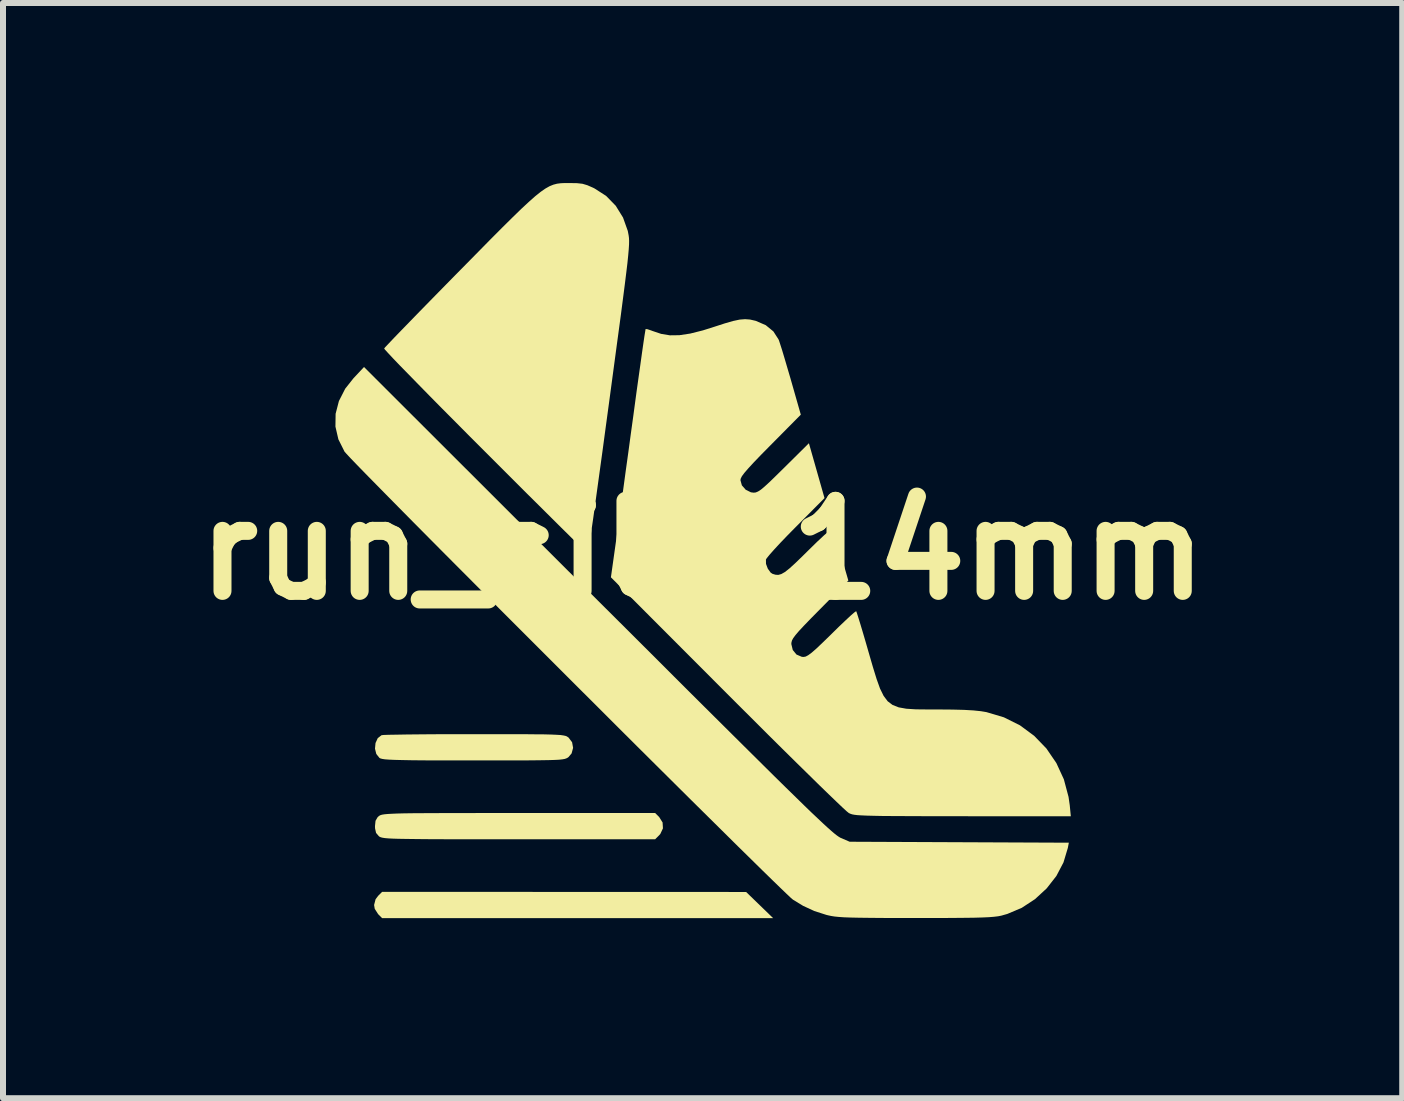
<source format=kicad_pcb>
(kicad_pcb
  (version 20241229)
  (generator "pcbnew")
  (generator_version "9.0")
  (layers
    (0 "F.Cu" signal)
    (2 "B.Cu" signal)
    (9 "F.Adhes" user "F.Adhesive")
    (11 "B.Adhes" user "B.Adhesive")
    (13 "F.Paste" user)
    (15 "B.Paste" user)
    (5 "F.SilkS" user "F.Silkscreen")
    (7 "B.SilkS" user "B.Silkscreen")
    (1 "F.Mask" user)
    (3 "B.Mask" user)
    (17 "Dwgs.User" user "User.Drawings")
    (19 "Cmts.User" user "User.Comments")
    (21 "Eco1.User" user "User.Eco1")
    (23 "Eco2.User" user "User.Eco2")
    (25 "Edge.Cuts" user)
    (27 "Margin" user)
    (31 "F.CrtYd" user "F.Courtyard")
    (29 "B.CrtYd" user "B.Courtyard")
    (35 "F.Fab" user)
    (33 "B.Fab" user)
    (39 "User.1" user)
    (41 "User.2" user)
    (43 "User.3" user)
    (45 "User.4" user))
  (footprint "run_silk_14mm"
    (layer "F.Cu")
    (at 8.657 6.117)
    (property "Reference" "run_silk_14mm" (at 0 0 0) (layer "F.SilkS") (effects (font (size 1.5 1.5) (thickness 0.3))))
    (attr board_only exclude_from_pos_files exclude_from_bom)
    (fp_poly (pts (xy -2.307 5.694) (xy 0.725 5.695) (xy 0.95 5.913) (xy 1.175 6.131) (xy -2.082 6.131) (xy -5.34 6.131) (xy -5.407 6.064) (xy -5.463 5.976) (xy -5.474 5.912) (xy -5.449 5.816) (xy -5.407 5.76) (xy -5.34 5.693)) (stroke (width 0) (type solid)) (fill yes) (layer "F.SilkS"))
    (fp_poly (pts (xy -0.724 4.446) (xy -0.667 4.537) (xy -0.661 4.635) (xy -0.705 4.729) (xy -0.724 4.75) (xy -0.791 4.817) (xy -3.061 4.817) (xy -3.467 4.817) (xy -3.821 4.817) (xy -4.128 4.817) (xy -4.391 4.816) (xy -4.613 4.815) (xy -4.798 4.813) (xy -4.95 4.811) (xy -5.072 4.809) (xy -5.168 4.806) (xy -5.241 4.802) (xy -5.296 4.797) (xy -5.334 4.791) (xy -5.361 4.784) (xy -5.38 4.776) (xy -5.393 4.767) (xy -5.395 4.765) (xy -5.441 4.711) (xy -5.458 4.635) (xy -5.459 4.598) (xy -5.45 4.509) (xy -5.415 4.449) (xy -5.395 4.431) (xy -5.382 4.422) (xy -5.365 4.414) (xy -5.34 4.407) (xy -5.303 4.401) (xy -5.252 4.396) (xy -5.182 4.392) (xy -5.091 4.388) (xy -4.973 4.385) (xy -4.827 4.383) (xy -4.648 4.382) (xy -4.432 4.381) (xy -4.177 4.38) (xy -3.878 4.38) (xy -3.532 4.379) (xy -3.136 4.379) (xy -3.061 4.379) (xy -0.791 4.379)) (stroke (width 0) (type solid)) (fill yes) (layer "F.SilkS"))
    (fp_poly (pts (xy -3.482 3.066) (xy -3.207 3.066) (xy -2.979 3.066) (xy -2.792 3.068) (xy -2.642 3.069) (xy -2.524 3.072) (xy -2.434 3.076) (xy -2.367 3.08) (xy -2.319 3.087) (xy -2.286 3.094) (xy -2.262 3.103) (xy -2.245 3.115) (xy -2.234 3.122) (xy -2.175 3.2) (xy -2.158 3.294) (xy -2.183 3.386) (xy -2.234 3.447) (xy -2.251 3.459) (xy -2.271 3.469) (xy -2.297 3.478) (xy -2.336 3.485) (xy -2.39 3.491) (xy -2.465 3.495) (xy -2.565 3.498) (xy -2.695 3.5) (xy -2.858 3.502) (xy -3.06 3.503) (xy -3.305 3.503) (xy -3.598 3.503) (xy -3.816 3.503) (xy -4.147 3.503) (xy -4.428 3.503) (xy -4.663 3.502) (xy -4.856 3.5) (xy -5.011 3.497) (xy -5.132 3.494) (xy -5.224 3.49) (xy -5.292 3.485) (xy -5.338 3.478) (xy -5.368 3.47) (xy -5.384 3.462) (xy -5.437 3.396) (xy -5.459 3.307) (xy -5.45 3.213) (xy -5.413 3.132) (xy -5.35 3.083) (xy -5.315 3.079) (xy -5.23 3.076) (xy -5.101 3.074) (xy -4.933 3.071) (xy -4.73 3.069) (xy -4.499 3.067) (xy -4.243 3.066) (xy -3.969 3.066) (xy -3.806 3.066)) (stroke (width 0) (type solid)) (fill yes) (layer "F.SilkS"))
    (fp_poly (pts (xy -2.093 -6.115) (xy -2.002 -6.105) (xy -1.921 -6.081) (xy -1.827 -6.04) (xy -1.801 -6.027) (xy -1.608 -5.903) (xy -1.448 -5.739) (xy -1.326 -5.542) (xy -1.247 -5.32) (xy -1.232 -5.242) (xy -1.227 -5.202) (xy -1.225 -5.154) (xy -1.226 -5.092) (xy -1.231 -5.013) (xy -1.24 -4.911) (xy -1.253 -4.783) (xy -1.272 -4.625) (xy -1.296 -4.431) (xy -1.326 -4.198) (xy -1.362 -3.921) (xy -1.406 -3.595) (xy -1.422 -3.478) (xy -1.494 -2.942) (xy -1.559 -2.458) (xy -1.618 -2.024) (xy -1.67 -1.638) (xy -1.717 -1.298) (xy -1.758 -1.001) (xy -1.793 -0.746) (xy -1.823 -0.531) (xy -1.849 -0.353) (xy -1.87 -0.21) (xy -1.887 -0.1) (xy -1.899 -0.021) (xy -1.909 0.029) (xy -1.914 0.052) (xy -1.916 0.055) (xy -1.937 0.036) (xy -1.994 -0.019) (xy -2.084 -0.107) (xy -2.204 -0.226) (xy -2.352 -0.372) (xy -2.524 -0.543) (xy -2.718 -0.736) (xy -2.932 -0.948) (xy -3.161 -1.177) (xy -3.404 -1.42) (xy -3.623 -1.639) (xy -3.876 -1.892) (xy -4.116 -2.134) (xy -4.343 -2.362) (xy -4.552 -2.574) (xy -4.741 -2.767) (xy -4.908 -2.938) (xy -5.05 -3.083) (xy -5.163 -3.201) (xy -5.245 -3.289) (xy -5.294 -3.343) (xy -5.306 -3.361) (xy -5.286 -3.385) (xy -5.23 -3.444) (xy -5.143 -3.536) (xy -5.026 -3.657) (xy -4.884 -3.803) (xy -4.72 -3.972) (xy -4.536 -4.16) (xy -4.337 -4.363) (xy -4.125 -4.579) (xy -4.046 -4.659) (xy -3.777 -4.932) (xy -3.544 -5.169) (xy -3.342 -5.372) (xy -3.169 -5.543) (xy -3.022 -5.686) (xy -2.896 -5.803) (xy -2.79 -5.897) (xy -2.699 -5.97) (xy -2.62 -6.025) (xy -2.551 -6.064) (xy -2.487 -6.09) (xy -2.426 -6.106) (xy -2.364 -6.114) (xy -2.298 -6.117) (xy -2.225 -6.117) (xy -2.217 -6.117)) (stroke (width 0) (type solid)) (fill yes) (layer "F.SilkS"))
    (fp_poly (pts (xy -1.747 0.838) (xy -1.285 1.298) (xy -0.861 1.721) (xy -0.473 2.109) (xy -0.118 2.463) (xy 0.205 2.784) (xy 0.497 3.074) (xy 0.76 3.335) (xy 0.995 3.568) (xy 1.205 3.776) (xy 1.39 3.958) (xy 1.553 4.117) (xy 1.694 4.255) (xy 1.816 4.373) (xy 1.921 4.472) (xy 2.009 4.555) (xy 2.082 4.622) (xy 2.143 4.676) (xy 2.192 4.718) (xy 2.231 4.749) (xy 2.262 4.771) (xy 2.286 4.786) (xy 2.299 4.793) (xy 2.45 4.858) (xy 4.276 4.866) (xy 6.102 4.874) (xy 6.085 4.962) (xy 6.013 5.202) (xy 5.894 5.429) (xy 5.733 5.635) (xy 5.539 5.814) (xy 5.318 5.959) (xy 5.077 6.061) (xy 4.975 6.09) (xy 4.923 6.1) (xy 4.857 6.108) (xy 4.771 6.115) (xy 4.659 6.12) (xy 4.519 6.124) (xy 4.343 6.126) (xy 4.128 6.128) (xy 3.869 6.129) (xy 3.56 6.129) (xy 3.531 6.129) (xy 3.229 6.129) (xy 2.977 6.128) (xy 2.769 6.126) (xy 2.6 6.124) (xy 2.463 6.121) (xy 2.355 6.117) (xy 2.269 6.111) (xy 2.199 6.104) (xy 2.142 6.095) (xy 2.091 6.084) (xy 2.062 6.077) (xy 1.86 6.012) (xy 1.674 5.926) (xy 1.505 5.823) (xy 1.471 5.794) (xy 1.401 5.728) (xy 1.297 5.628) (xy 1.162 5.497) (xy 0.997 5.336) (xy 0.806 5.148) (xy 0.59 4.936) (xy 0.352 4.7) (xy 0.094 4.445) (xy -0.182 4.172) (xy -0.472 3.884) (xy -0.776 3.582) (xy -1.09 3.27) (xy -1.412 2.949) (xy -1.739 2.622) (xy -2.071 2.291) (xy -2.403 1.959) (xy -2.734 1.628) (xy -3.062 1.3) (xy -3.384 0.978) (xy -3.697 0.663) (xy -4 0.359) (xy -4.29 0.068) (xy -4.565 -0.209) (xy -4.822 -0.468) (xy -5.059 -0.708) (xy -5.274 -0.926) (xy -5.464 -1.119) (xy -5.628 -1.286) (xy -5.762 -1.424) (xy -5.865 -1.531) (xy -5.933 -1.604) (xy -5.966 -1.641) (xy -5.967 -1.643) (xy -6.069 -1.847) (xy -6.118 -2.059) (xy -6.115 -2.273) (xy -6.06 -2.485) (xy -5.955 -2.691) (xy -5.817 -2.865) (xy -5.642 -3.052)) (stroke (width 0) (type solid)) (fill yes) (layer "F.SilkS"))
    (fp_poly (pts (xy 0.789 -3.843) (xy 0.873 -3.824) (xy 0.888 -3.82) (xy 1.052 -3.749) (xy 1.179 -3.645) (xy 1.264 -3.513) (xy 1.272 -3.495) (xy 1.292 -3.434) (xy 1.325 -3.331) (xy 1.366 -3.194) (xy 1.413 -3.034) (xy 1.464 -2.861) (xy 1.476 -2.819) (xy 1.636 -2.258) (xy 1.133 -1.75) (xy 0.974 -1.589) (xy 0.851 -1.461) (xy 0.76 -1.362) (xy 0.696 -1.288) (xy 0.655 -1.233) (xy 0.635 -1.193) (xy 0.63 -1.167) (xy 0.654 -1.08) (xy 0.718 -1.007) (xy 0.805 -0.964) (xy 0.852 -0.958) (xy 0.886 -0.962) (xy 0.924 -0.978) (xy 0.972 -1.009) (xy 1.035 -1.062) (xy 1.12 -1.14) (xy 1.232 -1.249) (xy 1.355 -1.37) (xy 1.771 -1.782) (xy 1.901 -1.325) (xy 2.031 -0.868) (xy 1.552 -0.386) (xy 1.419 -0.251) (xy 1.298 -0.125) (xy 1.196 -0.015) (xy 1.118 0.073) (xy 1.069 0.133) (xy 1.055 0.156) (xy 1.056 0.228) (xy 1.086 0.308) (xy 1.133 0.373) (xy 1.164 0.394) (xy 1.214 0.409) (xy 1.261 0.412) (xy 1.311 0.398) (xy 1.371 0.364) (xy 1.446 0.305) (xy 1.543 0.217) (xy 1.668 0.096) (xy 1.756 0.009) (xy 1.91 -0.142) (xy 2.029 -0.253) (xy 2.112 -0.324) (xy 2.161 -0.355) (xy 2.175 -0.354) (xy 2.188 -0.315) (xy 2.212 -0.234) (xy 2.246 -0.12) (xy 2.286 0.016) (xy 2.309 0.096) (xy 2.428 0.506) (xy 1.953 0.987) (xy 1.804 1.138) (xy 1.69 1.256) (xy 1.606 1.346) (xy 1.548 1.414) (xy 1.51 1.465) (xy 1.489 1.504) (xy 1.48 1.538) (xy 1.478 1.564) (xy 1.502 1.663) (xy 1.564 1.739) (xy 1.653 1.777) (xy 1.683 1.779) (xy 1.717 1.773) (xy 1.76 1.75) (xy 1.818 1.707) (xy 1.896 1.639) (xy 2 1.54) (xy 2.136 1.408) (xy 2.153 1.391) (xy 2.272 1.274) (xy 2.378 1.173) (xy 2.465 1.092) (xy 2.527 1.038) (xy 2.557 1.017) (xy 2.559 1.017) (xy 2.57 1.046) (xy 2.594 1.121) (xy 2.629 1.234) (xy 2.672 1.378) (xy 2.721 1.545) (xy 2.765 1.698) (xy 2.837 1.946) (xy 2.899 2.147) (xy 2.956 2.306) (xy 3.016 2.428) (xy 3.083 2.517) (xy 3.165 2.579) (xy 3.267 2.619) (xy 3.395 2.642) (xy 3.554 2.652) (xy 3.753 2.654) (xy 3.922 2.654) (xy 4.163 2.656) (xy 4.358 2.661) (xy 4.513 2.67) (xy 4.637 2.683) (xy 4.728 2.698) (xy 5.02 2.785) (xy 5.287 2.918) (xy 5.524 3.093) (xy 5.728 3.304) (xy 5.894 3.547) (xy 6.019 3.818) (xy 6.097 4.111) (xy 6.117 4.249) (xy 6.135 4.434) (xy 4.334 4.433) (xy 3.975 4.433) (xy 3.666 4.432) (xy 3.404 4.431) (xy 3.185 4.43) (xy 3.004 4.429) (xy 2.857 4.426) (xy 2.74 4.423) (xy 2.65 4.419) (xy 2.581 4.415) (xy 2.53 4.409) (xy 2.493 4.402) (xy 2.465 4.393) (xy 2.443 4.383) (xy 2.436 4.38) (xy 2.404 4.354) (xy 2.335 4.291) (xy 2.234 4.195) (xy 2.102 4.068) (xy 1.943 3.914) (xy 1.759 3.733) (xy 1.553 3.531) (xy 1.327 3.308) (xy 1.085 3.068) (xy 0.83 2.813) (xy 0.563 2.547) (xy 0.406 2.39) (xy -1.528 0.452) (xy -1.42 -0.315) (xy -1.393 -0.509) (xy -1.36 -0.747) (xy -1.322 -1.019) (xy -1.282 -1.314) (xy -1.239 -1.622) (xy -1.197 -1.933) (xy -1.155 -2.236) (xy -1.136 -2.378) (xy -1.101 -2.638) (xy -1.067 -2.881) (xy -1.036 -3.101) (xy -1.009 -3.295) (xy -0.986 -3.455) (xy -0.968 -3.577) (xy -0.955 -3.655) (xy -0.95 -3.685) (xy -0.95 -3.685) (xy -0.92 -3.682) (xy -0.86 -3.662) (xy -0.834 -3.652) (xy -0.691 -3.604) (xy -0.546 -3.58) (xy -0.387 -3.582) (xy -0.207 -3.609) (xy 0.004 -3.662) (xy 0.191 -3.721) (xy 0.37 -3.779) (xy 0.509 -3.819) (xy 0.618 -3.842) (xy 0.708 -3.849)) (stroke (width 0) (type solid)) (fill yes) (layer "F.SilkS")))
  (gr_rect
    (start -3 -3)
    (end 20.314 15.248)
    (stroke (width 0.1) (type default))
    (fill no)
    (layer "Edge.Cuts")))
</source>
